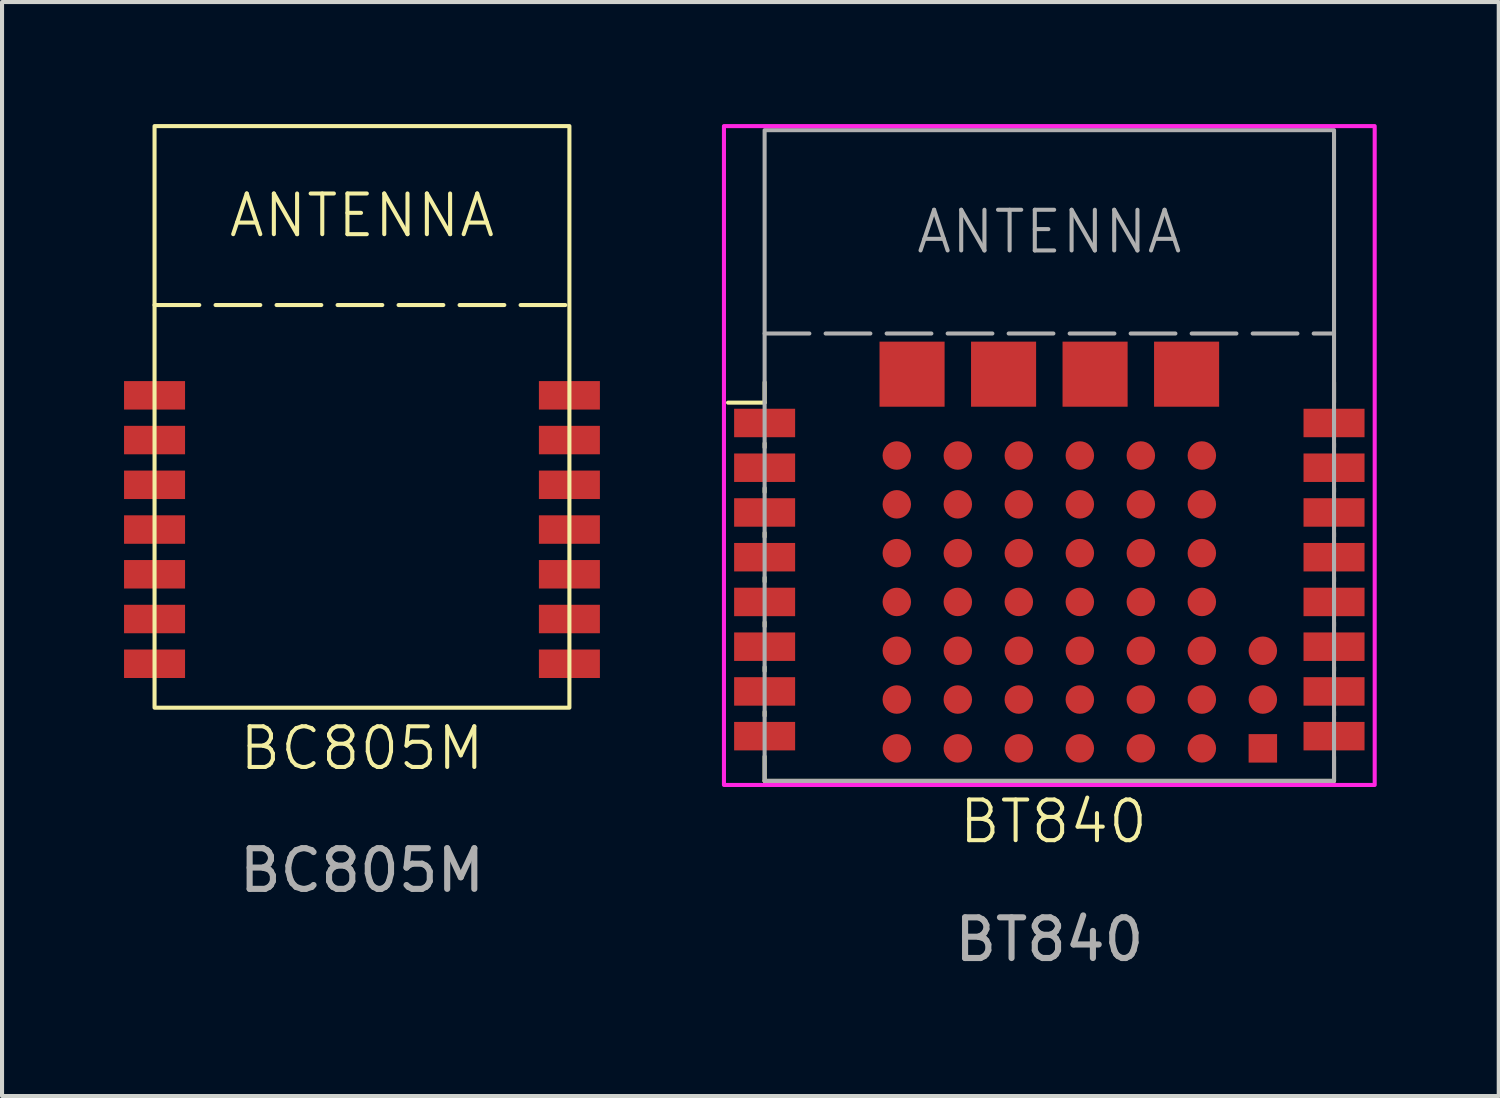
<source format=kicad_pcb>
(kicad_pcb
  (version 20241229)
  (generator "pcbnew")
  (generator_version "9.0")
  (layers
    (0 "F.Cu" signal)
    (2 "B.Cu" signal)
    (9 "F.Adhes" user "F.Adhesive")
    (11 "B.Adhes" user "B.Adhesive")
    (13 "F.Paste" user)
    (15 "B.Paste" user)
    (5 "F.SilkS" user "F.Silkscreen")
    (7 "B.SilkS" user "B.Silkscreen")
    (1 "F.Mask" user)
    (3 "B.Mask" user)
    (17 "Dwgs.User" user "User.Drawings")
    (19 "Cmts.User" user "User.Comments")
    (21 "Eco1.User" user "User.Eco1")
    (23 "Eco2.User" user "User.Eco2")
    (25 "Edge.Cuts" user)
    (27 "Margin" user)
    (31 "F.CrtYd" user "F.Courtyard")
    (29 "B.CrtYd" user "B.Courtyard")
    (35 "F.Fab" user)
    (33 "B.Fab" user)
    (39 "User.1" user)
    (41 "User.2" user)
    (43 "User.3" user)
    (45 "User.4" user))
  (footprint "BT840"
    (layer "F.Cu")
    (at 15.75 7.35)
    (property "Reference" "BT840" (at 7.1 9.8 0) (unlocked yes) (layer "F.SilkS") (effects (font (size 1 1) (thickness 0.1))))
    (attr smd)
    (fp_line (start 0 -0.5) (end -0.9 -0.5) (stroke (width 0.1) (type default)) (layer "F.SilkS"))
    (fp_line (start 0 -0.5) (end 0 -1) (stroke (width 0.1) (type default)) (layer "F.SilkS"))
    (fp_line (start 0 0.5) (end 0 0.6) (stroke (width 0.1) (type default)) (layer "F.SilkS"))
    (fp_line (start 0 1.6) (end 0 1.7) (stroke (width 0.1) (type default)) (layer "F.SilkS"))
    (fp_line (start 0 2.7) (end 0 2.8) (stroke (width 0.1) (type default)) (layer "F.SilkS"))
    (fp_line (start 0 3.8) (end 0 3.9) (stroke (width 0.1) (type default)) (layer "F.SilkS"))
    (fp_line (start 0 4.9) (end 0 5) (stroke (width 0.1) (type default)) (layer "F.SilkS"))
    (fp_line (start 0 6) (end 0 6.1) (stroke (width 0.1) (type default)) (layer "F.SilkS"))
    (fp_line (start 0 7.1) (end 0 7.2) (stroke (width 0.1) (type default)) (layer "F.SilkS"))
    (fp_line (start 0 8.2) (end 0 8.8) (stroke (width 0.1) (type default)) (layer "F.SilkS"))
    (fp_line (start 0 8.8) (end 14 8.8) (stroke (width 0.1) (type default)) (layer "F.SilkS"))
    (fp_line (start 14 -0.5) (end 14 -1) (stroke (width 0.1) (type default)) (layer "F.SilkS"))
    (fp_line (start 14 0.5) (end 14 0.6) (stroke (width 0.1) (type default)) (layer "F.SilkS"))
    (fp_line (start 14 1.6) (end 14 1.7) (stroke (width 0.1) (type default)) (layer "F.SilkS"))
    (fp_line (start 14 2.7) (end 14 2.8) (stroke (width 0.1) (type default)) (layer "F.SilkS"))
    (fp_line (start 14 3.8) (end 14 3.9) (stroke (width 0.1) (type default)) (layer "F.SilkS"))
    (fp_line (start 14 4.9) (end 14 5) (stroke (width 0.1) (type default)) (layer "F.SilkS"))
    (fp_line (start 14 6) (end 14 6.1) (stroke (width 0.1) (type default)) (layer "F.SilkS"))
    (fp_line (start 14 7.1) (end 14 7.2) (stroke (width 0.1) (type default)) (layer "F.SilkS"))
    (fp_line (start 14 8.8) (end 14 8.2) (stroke (width 0.1) (type default)) (layer "F.SilkS"))
    (fp_rect (start -1 -7.3) (end 15 8.9) (stroke (width 0.1) (type default)) (fill no) (layer "F.CrtYd"))
    (fp_line (start 0 -2.2) (end 14 -2.2) (stroke (width 0.1) (type dash)) (layer "F.Fab"))
    (fp_rect (start 0 -7.2) (end 14 8.8) (stroke (width 0.1) (type default)) (fill no) (layer "F.Fab"))
    (fp_text user "ANTENNA" (at 7 -4.7 0) (unlocked yes) (layer "F.Fab") (effects (font (size 1 1) (thickness 0.1))))
    (fp_text user "${REFERENCE}" (at 7 12.7 0) (unlocked yes) (layer "F.Fab") (effects (font (size 1 1) (thickness 0.15))))
    (pad "1" smd rect (at 0 0) (size 1.5 0.7) (layers "F.Cu" "F.Mask" "F.Paste"))
    (pad "2" smd rect (at 0 1.1) (size 1.5 0.7) (layers "F.Cu" "F.Mask" "F.Paste"))
    (pad "3" smd rect (at 0 2.2) (size 1.5 0.7) (layers "F.Cu" "F.Mask" "F.Paste"))
    (pad "4" smd rect (at 0 3.3) (size 1.5 0.7) (layers "F.Cu" "F.Mask" "F.Paste"))
    (pad "5" smd rect (at 0 4.4) (size 1.5 0.7) (layers "F.Cu" "F.Mask" "F.Paste"))
    (pad "6" smd rect (at 0 5.5) (size 1.5 0.7) (layers "F.Cu" "F.Mask" "F.Paste"))
    (pad "7" smd rect (at 0 6.6) (size 1.5 0.7) (layers "F.Cu" "F.Mask" "F.Paste"))
    (pad "8" smd rect (at 0 7.7) (size 1.5 0.7) (layers "F.Cu" "F.Mask" "F.Paste"))
    (pad "9" smd rect (at 14 7.7) (size 1.5 0.7) (layers "F.Cu" "F.Mask" "F.Paste"))
    (pad "10" smd rect (at 14 6.6) (size 1.5 0.7) (layers "F.Cu" "F.Mask" "F.Paste"))
    (pad "11" smd rect (at 14 5.5) (size 1.5 0.7) (layers "F.Cu" "F.Mask" "F.Paste"))
    (pad "12" smd rect (at 14 4.4) (size 1.5 0.7) (layers "F.Cu" "F.Mask" "F.Paste"))
    (pad "13" smd rect (at 14 3.3) (size 1.5 0.7) (layers "F.Cu" "F.Mask" "F.Paste"))
    (pad "14" smd rect (at 14 2.2) (size 1.5 0.7) (layers "F.Cu" "F.Mask" "F.Paste"))
    (pad "15" smd rect (at 14 1.1) (size 1.5 0.7) (layers "F.Cu" "F.Mask" "F.Paste"))
    (pad "16" smd rect (at 14 0) (size 1.5 0.7) (layers "F.Cu" "F.Mask" "F.Paste"))
    (pad "A0" smd circle (at 4.75 0.8) (size 0.7 0.7) (layers "F.Cu" "F.Mask" "F.Paste"))
    (pad "A1" smd circle (at 4.75 2) (size 0.7 0.7) (layers "F.Cu" "F.Mask" "F.Paste"))
    (pad "A2" smd circle (at 4.75 3.2) (size 0.7 0.7) (layers "F.Cu" "F.Mask" "F.Paste"))
    (pad "A3" smd circle (at 4.75 4.4) (size 0.7 0.7) (layers "F.Cu" "F.Mask" "F.Paste"))
    (pad "A4" smd circle (at 4.75 5.6) (size 0.7 0.7) (layers "F.Cu" "F.Mask" "F.Paste"))
    (pad "A5" smd circle (at 4.75 6.8) (size 0.7 0.7) (layers "F.Cu" "F.Mask" "F.Paste"))
    (pad "A6" smd circle (at 4.75 8) (size 0.7 0.7) (layers "F.Cu" "F.Mask" "F.Paste"))
    (pad "B0" smd circle (at 6.25 0.8) (size 0.7 0.7) (layers "F.Cu" "F.Mask" "F.Paste"))
    (pad "B1" smd circle (at 6.25 2) (size 0.7 0.7) (layers "F.Cu" "F.Mask" "F.Paste"))
    (pad "B2" smd circle (at 6.25 3.2) (size 0.7 0.7) (layers "F.Cu" "F.Mask" "F.Paste"))
    (pad "B3" smd circle (at 6.25 4.4) (size 0.7 0.7) (layers "F.Cu" "F.Mask" "F.Paste"))
    (pad "B4" smd circle (at 6.25 5.6) (size 0.7 0.7) (layers "F.Cu" "F.Mask" "F.Paste"))
    (pad "B5" smd circle (at 6.25 6.8) (size 0.7 0.7) (layers "F.Cu" "F.Mask" "F.Paste"))
    (pad "B6" smd circle (at 6.25 8) (size 0.7 0.7) (layers "F.Cu" "F.Mask" "F.Paste"))
    (pad "C0" smd circle (at 7.75 0.8) (size 0.7 0.7) (layers "F.Cu" "F.Mask" "F.Paste"))
    (pad "C1" smd circle (at 7.75 2) (size 0.7 0.7) (layers "F.Cu" "F.Mask" "F.Paste"))
    (pad "C2" smd circle (at 7.75 3.2) (size 0.7 0.7) (layers "F.Cu" "F.Mask" "F.Paste"))
    (pad "C3" smd circle (at 7.75 4.4) (size 0.7 0.7) (layers "F.Cu" "F.Mask" "F.Paste"))
    (pad "C4" smd circle (at 7.75 5.6) (size 0.7 0.7) (layers "F.Cu" "F.Mask" "F.Paste"))
    (pad "C5" smd circle (at 7.75 6.8) (size 0.7 0.7) (layers "F.Cu" "F.Mask" "F.Paste"))
    (pad "C6" smd circle (at 7.75 8) (size 0.7 0.7) (layers "F.Cu" "F.Mask" "F.Paste"))
    (pad "D0" smd circle (at 9.25 0.8) (size 0.7 0.7) (layers "F.Cu" "F.Mask" "F.Paste"))
    (pad "D1" smd circle (at 9.25 2) (size 0.7 0.7) (layers "F.Cu" "F.Mask" "F.Paste"))
    (pad "D2" smd circle (at 9.25 3.2) (size 0.7 0.7) (layers "F.Cu" "F.Mask" "F.Paste"))
    (pad "D3" smd circle (at 9.25 4.4) (size 0.7 0.7) (layers "F.Cu" "F.Mask" "F.Paste"))
    (pad "D4" smd circle (at 9.25 5.6) (size 0.7 0.7) (layers "F.Cu" "F.Mask" "F.Paste"))
    (pad "D5" smd circle (at 9.25 6.8) (size 0.7 0.7) (layers "F.Cu" "F.Mask" "F.Paste"))
    (pad "D6" smd circle (at 9.25 8) (size 0.7 0.7) (layers "F.Cu" "F.Mask" "F.Paste"))
    (pad "E0" smd circle (at 10.75 0.8) (size 0.7 0.7) (layers "F.Cu" "F.Mask" "F.Paste"))
    (pad "E1" smd circle (at 10.75 2) (size 0.7 0.7) (layers "F.Cu" "F.Mask" "F.Paste"))
    (pad "E2" smd circle (at 10.75 3.2) (size 0.7 0.7) (layers "F.Cu" "F.Mask" "F.Paste"))
    (pad "E3" smd circle (at 10.75 4.4) (size 0.7 0.7) (layers "F.Cu" "F.Mask" "F.Paste"))
    (pad "E4" smd circle (at 10.75 5.6) (size 0.7 0.7) (layers "F.Cu" "F.Mask" "F.Paste"))
    (pad "E5" smd circle (at 10.75 6.8) (size 0.7 0.7) (layers "F.Cu" "F.Mask" "F.Paste"))
    (pad "E6" smd circle (at 10.75 8) (size 0.7 0.7) (layers "F.Cu" "F.Mask" "F.Paste"))
    (pad "F0" smd rect (at 3.625 -1.2) (size 1.6 1.6) (layers "F.Cu" "F.Mask" "F.Paste"))
    (pad "F1" smd rect (at 5.875 -1.2) (size 1.6 1.6) (layers "F.Cu" "F.Mask" "F.Paste"))
    (pad "F2" smd rect (at 8.125 -1.2) (size 1.6 1.6) (layers "F.Cu" "F.Mask" "F.Paste"))
    (pad "F3" smd rect (at 10.375 -1.2) (size 1.6 1.6) (layers "F.Cu" "F.Mask" "F.Paste"))
    (pad "F4" smd circle (at 12.25 5.6) (size 0.7 0.7) (layers "F.Cu" "F.Mask" "F.Paste"))
    (pad "F5" smd circle (at 12.25 6.8) (size 0.7 0.7) (layers "F.Cu" "F.Mask" "F.Paste"))
    (pad "F6" smd rect (at 12.25 8) (size 0.7 0.7) (layers "F.Cu" "F.Mask" "F.Paste"))
    (pad "Z0" smd circle (at 3.25 0.8) (size 0.7 0.7) (layers "F.Cu" "F.Mask" "F.Paste"))
    (pad "Z1" smd circle (at 3.25 2) (size 0.7 0.7) (layers "F.Cu" "F.Mask" "F.Paste"))
    (pad "Z2" smd circle (at 3.25 3.2) (size 0.7 0.7) (layers "F.Cu" "F.Mask" "F.Paste"))
    (pad "Z3" smd circle (at 3.25 4.4) (size 0.7 0.7) (layers "F.Cu" "F.Mask" "F.Paste"))
    (pad "Z4" smd circle (at 3.25 5.6) (size 0.7 0.7) (layers "F.Cu" "F.Mask" "F.Paste"))
    (pad "Z5" smd circle (at 3.25 6.8) (size 0.7 0.7) (layers "F.Cu" "F.Mask" "F.Paste"))
    (pad "Z6" smd circle (at 3.25 8) (size 0.7 0.7) (layers "F.Cu" "F.Mask" "F.Paste"))
    (zone (net_name "") (layers "F.Cu" "B.Cu") (name "Antenna Keepout") (hatch full 0.5) (connect_pads) (min_thickness 0.25) (filled_areas_thickness no) (keepout (tracks not_allowed) (vias not_allowed) (pads not_allowed) (copperpour not_allowed) (footprints not_allowed)) (placement (enabled no)) (fill) (polygon (pts (xy 15.75 0.13) (xy 29.75 0.13) (xy 29.75 5.13) (xy 15.75 5.13)))))
  (footprint "BC805M"
    (layer "F.Cu")
    (at 0.75 6.67)
    (property "Reference" "BC805M" (at 5.1 8.68 0) (unlocked yes) (layer "F.SilkS") (effects (font (size 1 1) (thickness 0.1))))
    (attr smd)
    (fp_line (start 0 -2.22) (end 10.2 -2.22) (stroke (width 0.1) (type dash)) (layer "F.SilkS"))
    (fp_rect (start 0 -6.62) (end 10.2 7.68) (stroke (width 0.1) (type default)) (fill no) (layer "F.SilkS"))
    (fp_text user "ANTENNA" (at 5.1 -4.42 0) (unlocked yes) (layer "F.SilkS") (effects (font (size 1 1) (thickness 0.1))))
    (fp_text user "${REFERENCE}" (at 5.1 11.68 0) (unlocked yes) (layer "F.Fab") (effects (font (size 1 1) (thickness 0.15))))
    (pad "1" smd rect (at 0 0) (size 1.5 0.7) (layers "F.Cu" "F.Mask" "F.Paste"))
    (pad "2" smd rect (at 0 1.1) (size 1.5 0.7) (layers "F.Cu" "F.Mask" "F.Paste"))
    (pad "3" smd rect (at 0 2.2) (size 1.5 0.7) (layers "F.Cu" "F.Mask" "F.Paste"))
    (pad "4" smd rect (at 0 3.3) (size 1.5 0.7) (layers "F.Cu" "F.Mask" "F.Paste"))
    (pad "5" smd rect (at 0 4.4) (size 1.5 0.7) (layers "F.Cu" "F.Mask" "F.Paste"))
    (pad "6" smd rect (at 0 5.5) (size 1.5 0.7) (layers "F.Cu" "F.Mask" "F.Paste"))
    (pad "7" smd rect (at 0 6.6) (size 1.5 0.7) (layers "F.Cu" "F.Mask" "F.Paste"))
    (pad "8" smd rect (at 10.2 6.6) (size 1.5 0.7) (layers "F.Cu" "F.Mask" "F.Paste"))
    (pad "9" smd rect (at 10.2 5.5) (size 1.5 0.7) (layers "F.Cu" "F.Mask" "F.Paste"))
    (pad "10" smd rect (at 10.2 4.4) (size 1.5 0.7) (layers "F.Cu" "F.Mask" "F.Paste"))
    (pad "11" smd rect (at 10.2 3.3) (size 1.5 0.7) (layers "F.Cu" "F.Mask" "F.Paste"))
    (pad "12" smd rect (at 10.2 2.2) (size 1.5 0.7) (layers "F.Cu" "F.Mask" "F.Paste"))
    (pad "13" smd rect (at 10.2 1.1) (size 1.5 0.7) (layers "F.Cu" "F.Mask" "F.Paste"))
    (pad "14" smd rect (at 10.2 0) (size 1.5 0.7) (layers "F.Cu" "F.Mask" "F.Paste"))
    (zone (net_name "") (layers "F.Cu" "B.Cu") (name "Antenna Keepout") (hatch full 0.5) (connect_pads) (min_thickness 0.25) (filled_areas_thickness no) (keepout (tracks not_allowed) (vias not_allowed) (pads not_allowed) (copperpour not_allowed) (footprints not_allowed)) (placement (enabled no)) (fill) (polygon (pts (xy 0.75 0.05) (xy 10.95 0.05) (xy 10.95 4.45) (xy 0.75 4.45)))))
  (gr_rect
    (start -3 -3)
    (end 33.8 23.898)
    (stroke (width 0.1) (type default))
    (fill no)
    (layer "Edge.Cuts")))
</source>
